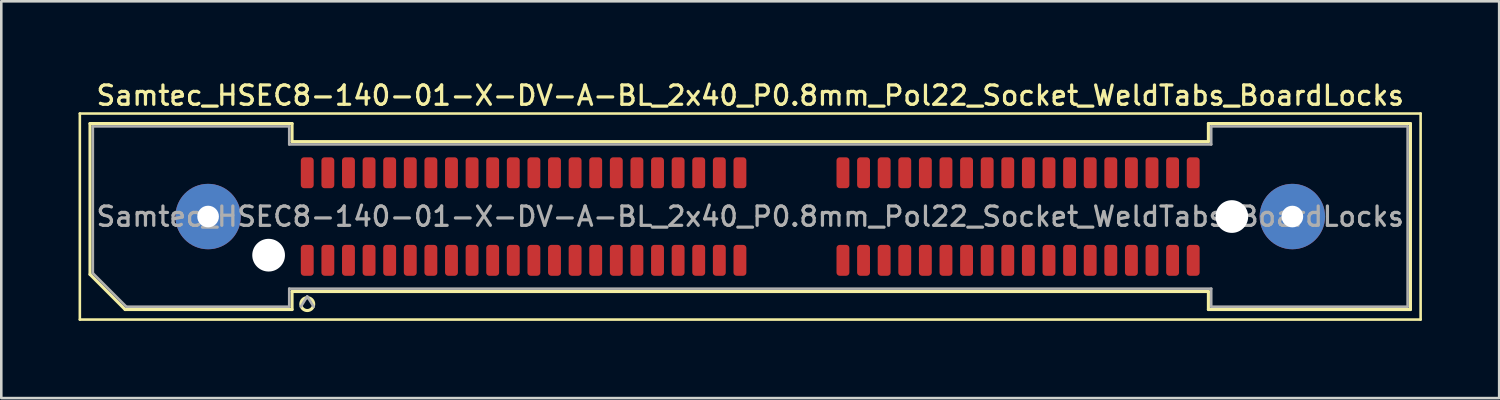
<source format=kicad_pcb>
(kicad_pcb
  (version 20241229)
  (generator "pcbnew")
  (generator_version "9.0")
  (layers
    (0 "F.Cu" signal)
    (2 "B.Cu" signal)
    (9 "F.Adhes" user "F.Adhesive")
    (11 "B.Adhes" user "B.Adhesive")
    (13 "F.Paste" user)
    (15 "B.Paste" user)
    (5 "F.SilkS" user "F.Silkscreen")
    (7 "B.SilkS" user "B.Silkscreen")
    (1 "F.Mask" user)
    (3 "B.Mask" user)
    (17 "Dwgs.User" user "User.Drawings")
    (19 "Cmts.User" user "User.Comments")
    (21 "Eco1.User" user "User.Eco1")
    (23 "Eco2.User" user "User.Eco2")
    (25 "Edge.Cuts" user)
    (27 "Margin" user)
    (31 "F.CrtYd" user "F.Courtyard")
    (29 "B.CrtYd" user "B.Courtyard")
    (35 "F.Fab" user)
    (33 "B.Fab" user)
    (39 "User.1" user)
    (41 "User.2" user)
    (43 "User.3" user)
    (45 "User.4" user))
  (footprint "Samtec_HSEC8-140-01-X-DV-A-BL_2x40_P0.8mm_Pol22_Socket_WeldTabs_BoardLocks"
    (layer "F.Cu")
    (at 26.08 5.358)
    (property "Reference" "Samtec_HSEC8-140-01-X-DV-A-BL_2x40_P0.8mm_Pol22_Socket_WeldTabs_BoardLocks" (at 0 -4.7 0) (layer "F.SilkS") (effects (font (size 0.75 0.75) (thickness 0.125))))
    (attr smd)
    (fp_line (start -26.03 -4) (end -26.03 4) (stroke (width 0.1) (type solid)) (layer "F.SilkS"))
    (fp_line (start -26.03 4) (end 26.03 4) (stroke (width 0.1) (type solid)) (layer "F.SilkS"))
    (fp_line (start -25.635 -3.61) (end -17.79 -3.61) (stroke (width 0.12) (type solid)) (layer "F.SilkS"))
    (fp_line (start -25.635 2.246) (end -25.635 -3.61) (stroke (width 0.12) (type solid)) (layer "F.SilkS"))
    (fp_line (start -24.271 3.61) (end -25.635 2.246) (stroke (width 0.12) (type solid)) (layer "F.SilkS"))
    (fp_line (start -17.79 -3.61) (end -17.79 -2.91) (stroke (width 0.12) (type solid)) (layer "F.SilkS"))
    (fp_line (start -17.79 -2.91) (end 17.79 -2.91) (stroke (width 0.12) (type solid)) (layer "F.SilkS"))
    (fp_line (start -17.79 2.91) (end -17.79 3.61) (stroke (width 0.12) (type solid)) (layer "F.SilkS"))
    (fp_line (start -17.79 3.61) (end -24.271 3.61) (stroke (width 0.12) (type solid)) (layer "F.SilkS"))
    (fp_line (start 17.79 -3.61) (end 25.635 -3.61) (stroke (width 0.12) (type solid)) (layer "F.SilkS"))
    (fp_line (start 17.79 -2.91) (end 17.79 -3.61) (stroke (width 0.12) (type solid)) (layer "F.SilkS"))
    (fp_line (start 17.79 2.91) (end -17.79 2.91) (stroke (width 0.12) (type solid)) (layer "F.SilkS"))
    (fp_line (start 17.79 3.61) (end 17.79 2.91) (stroke (width 0.12) (type solid)) (layer "F.SilkS"))
    (fp_line (start 25.635 -3.61) (end 25.635 3.61) (stroke (width 0.12) (type solid)) (layer "F.SilkS"))
    (fp_line (start 25.635 3.61) (end 17.79 3.61) (stroke (width 0.12) (type solid)) (layer "F.SilkS"))
    (fp_line (start 26.03 -4) (end -26.03 -4) (stroke (width 0.1) (type solid)) (layer "F.SilkS"))
    (fp_line (start 26.03 4) (end 26.03 -4) (stroke (width 0.1) (type solid)) (layer "F.SilkS"))
    (fp_circle (center -17.2 3.4) (end -16.95 3.4) (stroke (width 0.12) (type solid)) (fill no) (layer "F.SilkS"))
    (fp_line (start -25.525 -3.5) (end -17.9 -3.5) (stroke (width 0.1) (type solid)) (layer "F.Fab"))
    (fp_line (start -25.525 2.2) (end -25.525 -3.5) (stroke (width 0.1) (type solid)) (layer "F.Fab"))
    (fp_line (start -24.225 3.5) (end -25.525 2.2) (stroke (width 0.1) (type solid)) (layer "F.Fab"))
    (fp_line (start -17.9 -3.5) (end -17.9 -2.8) (stroke (width 0.1) (type solid)) (layer "F.Fab"))
    (fp_line (start -17.9 -2.8) (end 17.9 -2.8) (stroke (width 0.1) (type solid)) (layer "F.Fab"))
    (fp_line (start -17.9 2.8) (end -17.9 3.5) (stroke (width 0.1) (type solid)) (layer "F.Fab"))
    (fp_line (start -17.9 3.5) (end -24.225 3.5) (stroke (width 0.1) (type solid)) (layer "F.Fab"))
    (fp_line (start -17.2 3.1) (end -17.45 3.5) (stroke (width 0.1) (type solid)) (layer "F.Fab"))
    (fp_line (start -17.2 3.1) (end -16.95 3.5) (stroke (width 0.1) (type solid)) (layer "F.Fab"))
    (fp_line (start 17.9 -3.5) (end 25.525 -3.5) (stroke (width 0.1) (type solid)) (layer "F.Fab"))
    (fp_line (start 17.9 -2.8) (end 17.9 -3.5) (stroke (width 0.1) (type solid)) (layer "F.Fab"))
    (fp_line (start 17.9 2.8) (end -17.9 2.8) (stroke (width 0.1) (type solid)) (layer "F.Fab"))
    (fp_line (start 17.9 3.5) (end 17.9 2.8) (stroke (width 0.1) (type solid)) (layer "F.Fab"))
    (fp_line (start 25.525 -3.5) (end 25.525 3.5) (stroke (width 0.1) (type solid)) (layer "F.Fab"))
    (fp_line (start 25.525 3.5) (end 17.9 3.5) (stroke (width 0.1) (type solid)) (layer "F.Fab"))
    (fp_text user "${REFERENCE}" (at 0 0 0) (layer "F.Fab") (effects (font (size 0.75 0.75) (thickness 0.125))))
    (pad "" thru_hole circle (at -21.05 0) (size 2.54 2.54) (drill 0.84) (layers "*.Cu" "*.Mask" "F.Paste"))
    (pad "" np_thru_hole circle (at -18.7 1.5) (size 1.27 1.27) (drill 1.27) (layers "*.Cu" "*.Mask"))
    (pad "" np_thru_hole circle (at 18.7 0) (size 1.27 1.27) (drill 1.27) (layers "*.Cu" "*.Mask"))
    (pad "" thru_hole circle (at 21.05 0) (size 2.54 2.54) (drill 0.84) (layers "*.Cu" "*.Mask" "F.Paste"))
    (pad "1" smd roundrect (at -17.2 1.7) (size 0.5 1.2) (layers "F.Cu" "F.Mask" "F.Paste") (roundrect_rratio 0.25))
    (pad "2" smd roundrect (at -17.2 -1.7) (size 0.5 1.2) (layers "F.Cu" "F.Mask" "F.Paste") (roundrect_rratio 0.25))
    (pad "3" smd roundrect (at -16.4 1.7) (size 0.5 1.2) (layers "F.Cu" "F.Mask" "F.Paste") (roundrect_rratio 0.25))
    (pad "4" smd roundrect (at -16.4 -1.7) (size 0.5 1.2) (layers "F.Cu" "F.Mask" "F.Paste") (roundrect_rratio 0.25))
    (pad "5" smd roundrect (at -15.6 1.7) (size 0.5 1.2) (layers "F.Cu" "F.Mask" "F.Paste") (roundrect_rratio 0.25))
    (pad "6" smd roundrect (at -15.6 -1.7) (size 0.5 1.2) (layers "F.Cu" "F.Mask" "F.Paste") (roundrect_rratio 0.25))
    (pad "7" smd roundrect (at -14.8 1.7) (size 0.5 1.2) (layers "F.Cu" "F.Mask" "F.Paste") (roundrect_rratio 0.25))
    (pad "8" smd roundrect (at -14.8 -1.7) (size 0.5 1.2) (layers "F.Cu" "F.Mask" "F.Paste") (roundrect_rratio 0.25))
    (pad "9" smd roundrect (at -14 1.7) (size 0.5 1.2) (layers "F.Cu" "F.Mask" "F.Paste") (roundrect_rratio 0.25))
    (pad "10" smd roundrect (at -14 -1.7) (size 0.5 1.2) (layers "F.Cu" "F.Mask" "F.Paste") (roundrect_rratio 0.25))
    (pad "11" smd roundrect (at -13.2 1.7) (size 0.5 1.2) (layers "F.Cu" "F.Mask" "F.Paste") (roundrect_rratio 0.25))
    (pad "12" smd roundrect (at -13.2 -1.7) (size 0.5 1.2) (layers "F.Cu" "F.Mask" "F.Paste") (roundrect_rratio 0.25))
    (pad "13" smd roundrect (at -12.4 1.7) (size 0.5 1.2) (layers "F.Cu" "F.Mask" "F.Paste") (roundrect_rratio 0.25))
    (pad "14" smd roundrect (at -12.4 -1.7) (size 0.5 1.2) (layers "F.Cu" "F.Mask" "F.Paste") (roundrect_rratio 0.25))
    (pad "15" smd roundrect (at -11.6 1.7) (size 0.5 1.2) (layers "F.Cu" "F.Mask" "F.Paste") (roundrect_rratio 0.25))
    (pad "16" smd roundrect (at -11.6 -1.7) (size 0.5 1.2) (layers "F.Cu" "F.Mask" "F.Paste") (roundrect_rratio 0.25))
    (pad "17" smd roundrect (at -10.8 1.7) (size 0.5 1.2) (layers "F.Cu" "F.Mask" "F.Paste") (roundrect_rratio 0.25))
    (pad "18" smd roundrect (at -10.8 -1.7) (size 0.5 1.2) (layers "F.Cu" "F.Mask" "F.Paste") (roundrect_rratio 0.25))
    (pad "19" smd roundrect (at -10 1.7) (size 0.5 1.2) (layers "F.Cu" "F.Mask" "F.Paste") (roundrect_rratio 0.25))
    (pad "20" smd roundrect (at -10 -1.7) (size 0.5 1.2) (layers "F.Cu" "F.Mask" "F.Paste") (roundrect_rratio 0.25))
    (pad "21" smd roundrect (at -9.2 1.7) (size 0.5 1.2) (layers "F.Cu" "F.Mask" "F.Paste") (roundrect_rratio 0.25))
    (pad "22" smd roundrect (at -9.2 -1.7) (size 0.5 1.2) (layers "F.Cu" "F.Mask" "F.Paste") (roundrect_rratio 0.25))
    (pad "23" smd roundrect (at -8.4 1.7) (size 0.5 1.2) (layers "F.Cu" "F.Mask" "F.Paste") (roundrect_rratio 0.25))
    (pad "24" smd roundrect (at -8.4 -1.7) (size 0.5 1.2) (layers "F.Cu" "F.Mask" "F.Paste") (roundrect_rratio 0.25))
    (pad "25" smd roundrect (at -7.6 1.7) (size 0.5 1.2) (layers "F.Cu" "F.Mask" "F.Paste") (roundrect_rratio 0.25))
    (pad "26" smd roundrect (at -7.6 -1.7) (size 0.5 1.2) (layers "F.Cu" "F.Mask" "F.Paste") (roundrect_rratio 0.25))
    (pad "27" smd roundrect (at -6.8 1.7) (size 0.5 1.2) (layers "F.Cu" "F.Mask" "F.Paste") (roundrect_rratio 0.25))
    (pad "28" smd roundrect (at -6.8 -1.7) (size 0.5 1.2) (layers "F.Cu" "F.Mask" "F.Paste") (roundrect_rratio 0.25))
    (pad "29" smd roundrect (at -6 1.7) (size 0.5 1.2) (layers "F.Cu" "F.Mask" "F.Paste") (roundrect_rratio 0.25))
    (pad "30" smd roundrect (at -6 -1.7) (size 0.5 1.2) (layers "F.Cu" "F.Mask" "F.Paste") (roundrect_rratio 0.25))
    (pad "31" smd roundrect (at -5.2 1.7) (size 0.5 1.2) (layers "F.Cu" "F.Mask" "F.Paste") (roundrect_rratio 0.25))
    (pad "32" smd roundrect (at -5.2 -1.7) (size 0.5 1.2) (layers "F.Cu" "F.Mask" "F.Paste") (roundrect_rratio 0.25))
    (pad "33" smd roundrect (at -4.4 1.7) (size 0.5 1.2) (layers "F.Cu" "F.Mask" "F.Paste") (roundrect_rratio 0.25))
    (pad "34" smd roundrect (at -4.4 -1.7) (size 0.5 1.2) (layers "F.Cu" "F.Mask" "F.Paste") (roundrect_rratio 0.25))
    (pad "35" smd roundrect (at -3.6 1.7) (size 0.5 1.2) (layers "F.Cu" "F.Mask" "F.Paste") (roundrect_rratio 0.25))
    (pad "36" smd roundrect (at -3.6 -1.7) (size 0.5 1.2) (layers "F.Cu" "F.Mask" "F.Paste") (roundrect_rratio 0.25))
    (pad "37" smd roundrect (at -2.8 1.7) (size 0.5 1.2) (layers "F.Cu" "F.Mask" "F.Paste") (roundrect_rratio 0.25))
    (pad "38" smd roundrect (at -2.8 -1.7) (size 0.5 1.2) (layers "F.Cu" "F.Mask" "F.Paste") (roundrect_rratio 0.25))
    (pad "39" smd roundrect (at -2 1.7) (size 0.5 1.2) (layers "F.Cu" "F.Mask" "F.Paste") (roundrect_rratio 0.25))
    (pad "40" smd roundrect (at -2 -1.7) (size 0.5 1.2) (layers "F.Cu" "F.Mask" "F.Paste") (roundrect_rratio 0.25))
    (pad "41" smd roundrect (at -1.2 1.7) (size 0.5 1.2) (layers "F.Cu" "F.Mask" "F.Paste") (roundrect_rratio 0.25))
    (pad "42" smd roundrect (at -1.2 -1.7) (size 0.5 1.2) (layers "F.Cu" "F.Mask" "F.Paste") (roundrect_rratio 0.25))
    (pad "43" smd roundrect (at -0.4 1.7) (size 0.5 1.2) (layers "F.Cu" "F.Mask" "F.Paste") (roundrect_rratio 0.25))
    (pad "44" smd roundrect (at -0.4 -1.7) (size 0.5 1.2) (layers "F.Cu" "F.Mask" "F.Paste") (roundrect_rratio 0.25))
    (pad "45" smd roundrect (at 3.6 1.7) (size 0.5 1.2) (layers "F.Cu" "F.Mask" "F.Paste") (roundrect_rratio 0.25))
    (pad "46" smd roundrect (at 3.6 -1.7) (size 0.5 1.2) (layers "F.Cu" "F.Mask" "F.Paste") (roundrect_rratio 0.25))
    (pad "47" smd roundrect (at 4.4 1.7) (size 0.5 1.2) (layers "F.Cu" "F.Mask" "F.Paste") (roundrect_rratio 0.25))
    (pad "48" smd roundrect (at 4.4 -1.7) (size 0.5 1.2) (layers "F.Cu" "F.Mask" "F.Paste") (roundrect_rratio 0.25))
    (pad "49" smd roundrect (at 5.2 1.7) (size 0.5 1.2) (layers "F.Cu" "F.Mask" "F.Paste") (roundrect_rratio 0.25))
    (pad "50" smd roundrect (at 5.2 -1.7) (size 0.5 1.2) (layers "F.Cu" "F.Mask" "F.Paste") (roundrect_rratio 0.25))
    (pad "51" smd roundrect (at 6 1.7) (size 0.5 1.2) (layers "F.Cu" "F.Mask" "F.Paste") (roundrect_rratio 0.25))
    (pad "52" smd roundrect (at 6 -1.7) (size 0.5 1.2) (layers "F.Cu" "F.Mask" "F.Paste") (roundrect_rratio 0.25))
    (pad "53" smd roundrect (at 6.8 1.7) (size 0.5 1.2) (layers "F.Cu" "F.Mask" "F.Paste") (roundrect_rratio 0.25))
    (pad "54" smd roundrect (at 6.8 -1.7) (size 0.5 1.2) (layers "F.Cu" "F.Mask" "F.Paste") (roundrect_rratio 0.25))
    (pad "55" smd roundrect (at 7.6 1.7) (size 0.5 1.2) (layers "F.Cu" "F.Mask" "F.Paste") (roundrect_rratio 0.25))
    (pad "56" smd roundrect (at 7.6 -1.7) (size 0.5 1.2) (layers "F.Cu" "F.Mask" "F.Paste") (roundrect_rratio 0.25))
    (pad "57" smd roundrect (at 8.4 1.7) (size 0.5 1.2) (layers "F.Cu" "F.Mask" "F.Paste") (roundrect_rratio 0.25))
    (pad "58" smd roundrect (at 8.4 -1.7) (size 0.5 1.2) (layers "F.Cu" "F.Mask" "F.Paste") (roundrect_rratio 0.25))
    (pad "59" smd roundrect (at 9.2 1.7) (size 0.5 1.2) (layers "F.Cu" "F.Mask" "F.Paste") (roundrect_rratio 0.25))
    (pad "60" smd roundrect (at 9.2 -1.7) (size 0.5 1.2) (layers "F.Cu" "F.Mask" "F.Paste") (roundrect_rratio 0.25))
    (pad "61" smd roundrect (at 10 1.7) (size 0.5 1.2) (layers "F.Cu" "F.Mask" "F.Paste") (roundrect_rratio 0.25))
    (pad "62" smd roundrect (at 10 -1.7) (size 0.5 1.2) (layers "F.Cu" "F.Mask" "F.Paste") (roundrect_rratio 0.25))
    (pad "63" smd roundrect (at 10.8 1.7) (size 0.5 1.2) (layers "F.Cu" "F.Mask" "F.Paste") (roundrect_rratio 0.25))
    (pad "64" smd roundrect (at 10.8 -1.7) (size 0.5 1.2) (layers "F.Cu" "F.Mask" "F.Paste") (roundrect_rratio 0.25))
    (pad "65" smd roundrect (at 11.6 1.7) (size 0.5 1.2) (layers "F.Cu" "F.Mask" "F.Paste") (roundrect_rratio 0.25))
    (pad "66" smd roundrect (at 11.6 -1.7) (size 0.5 1.2) (layers "F.Cu" "F.Mask" "F.Paste") (roundrect_rratio 0.25))
    (pad "67" smd roundrect (at 12.4 1.7) (size 0.5 1.2) (layers "F.Cu" "F.Mask" "F.Paste") (roundrect_rratio 0.25))
    (pad "68" smd roundrect (at 12.4 -1.7) (size 0.5 1.2) (layers "F.Cu" "F.Mask" "F.Paste") (roundrect_rratio 0.25))
    (pad "69" smd roundrect (at 13.2 1.7) (size 0.5 1.2) (layers "F.Cu" "F.Mask" "F.Paste") (roundrect_rratio 0.25))
    (pad "70" smd roundrect (at 13.2 -1.7) (size 0.5 1.2) (layers "F.Cu" "F.Mask" "F.Paste") (roundrect_rratio 0.25))
    (pad "71" smd roundrect (at 14 1.7) (size 0.5 1.2) (layers "F.Cu" "F.Mask" "F.Paste") (roundrect_rratio 0.25))
    (pad "72" smd roundrect (at 14 -1.7) (size 0.5 1.2) (layers "F.Cu" "F.Mask" "F.Paste") (roundrect_rratio 0.25))
    (pad "73" smd roundrect (at 14.8 1.7) (size 0.5 1.2) (layers "F.Cu" "F.Mask" "F.Paste") (roundrect_rratio 0.25))
    (pad "74" smd roundrect (at 14.8 -1.7) (size 0.5 1.2) (layers "F.Cu" "F.Mask" "F.Paste") (roundrect_rratio 0.25))
    (pad "75" smd roundrect (at 15.6 1.7) (size 0.5 1.2) (layers "F.Cu" "F.Mask" "F.Paste") (roundrect_rratio 0.25))
    (pad "76" smd roundrect (at 15.6 -1.7) (size 0.5 1.2) (layers "F.Cu" "F.Mask" "F.Paste") (roundrect_rratio 0.25))
    (pad "77" smd roundrect (at 16.4 1.7) (size 0.5 1.2) (layers "F.Cu" "F.Mask" "F.Paste") (roundrect_rratio 0.25))
    (pad "78" smd roundrect (at 16.4 -1.7) (size 0.5 1.2) (layers "F.Cu" "F.Mask" "F.Paste") (roundrect_rratio 0.25))
    (pad "79" smd roundrect (at 17.2 1.7) (size 0.5 1.2) (layers "F.Cu" "F.Mask" "F.Paste") (roundrect_rratio 0.25))
    (pad "80" smd roundrect (at 17.2 -1.7) (size 0.5 1.2) (layers "F.Cu" "F.Mask" "F.Paste") (roundrect_rratio 0.25)))
  (gr_rect
    (start -3 -3)
    (end 55.16 12.408)
    (stroke (width 0.1) (type default))
    (fill no)
    (layer "Edge.Cuts")))
</source>
